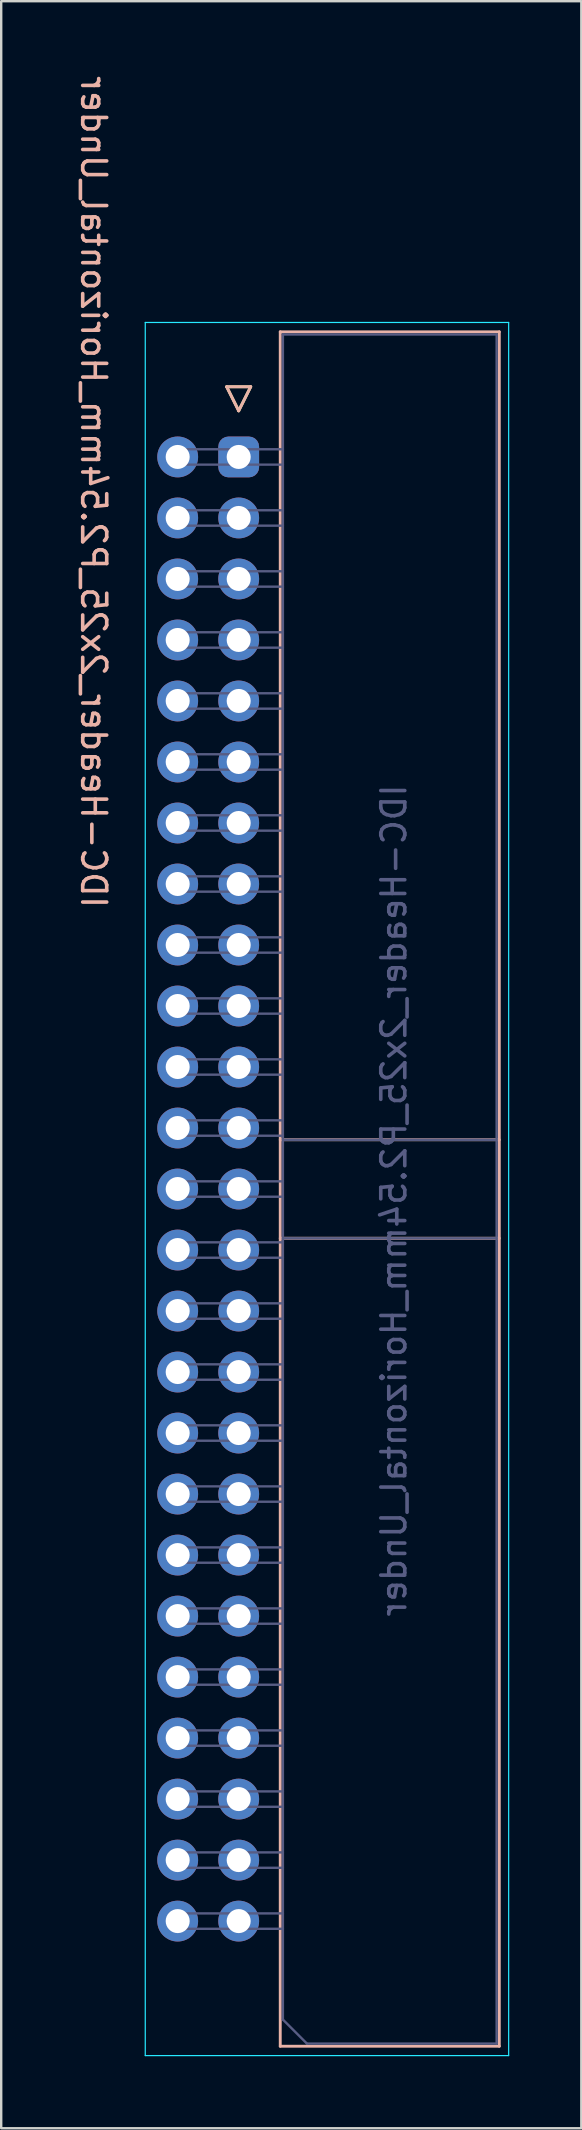
<source format=kicad_pcb>
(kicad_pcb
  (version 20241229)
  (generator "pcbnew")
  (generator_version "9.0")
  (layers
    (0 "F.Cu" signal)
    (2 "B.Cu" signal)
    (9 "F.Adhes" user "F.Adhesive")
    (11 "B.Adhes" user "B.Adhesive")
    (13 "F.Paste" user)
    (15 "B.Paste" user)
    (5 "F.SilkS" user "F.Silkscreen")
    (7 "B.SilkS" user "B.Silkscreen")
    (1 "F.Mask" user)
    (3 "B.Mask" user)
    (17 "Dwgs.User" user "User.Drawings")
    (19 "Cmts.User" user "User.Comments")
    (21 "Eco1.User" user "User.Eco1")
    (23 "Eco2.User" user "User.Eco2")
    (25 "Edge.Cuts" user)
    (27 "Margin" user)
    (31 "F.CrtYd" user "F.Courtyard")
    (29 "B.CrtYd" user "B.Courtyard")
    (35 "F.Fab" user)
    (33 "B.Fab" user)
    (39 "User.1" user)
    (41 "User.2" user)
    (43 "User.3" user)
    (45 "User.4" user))
  (footprint "IDC-Header_2x25_P2.54mm_Horizontal_Under"
    (layer "F.Cu")
    (at 4.348 13.435)
    (property "Reference" "IDC-Header_2x25_P2.54mm_Horizontal_Under" (at -3.5 4 270) (unlocked yes) (layer "B.SilkS") (effects (font (size 1 1) (thickness 0.15)) (justify mirror)))
    (attr through_hole)
    (fp_line (start 2.04 -0.382) (end 3.04 -0.382) (stroke (width 0.12) (type solid)) (layer "F.SilkS"))
    (fp_line (start 2.54 0.619) (end 2.04 -0.382) (stroke (width 0.12) (type solid)) (layer "F.SilkS"))
    (fp_line (start 3.04 -0.382) (end 2.54 0.619) (stroke (width 0.12) (type solid)) (layer "F.SilkS"))
    (fp_line (start 2.04 -0.382) (end 3.04 -0.382) (stroke (width 0.12) (type solid)) (layer "B.SilkS"))
    (fp_line (start 2.54 0.619) (end 2.04 -0.382) (stroke (width 0.12) (type solid)) (layer "B.SilkS"))
    (fp_line (start 3.04 -0.382) (end 2.54 0.619) (stroke (width 0.12) (type solid)) (layer "B.SilkS"))
    (fp_line (start 4.27 -2.67) (end 4.27 68.71) (stroke (width 0.12) (type solid)) (layer "B.SilkS"))
    (fp_line (start 4.27 30.97) (end 13.39 30.97) (stroke (width 0.12) (type solid)) (layer "B.SilkS"))
    (fp_line (start 4.27 35.07) (end 13.39 35.07) (stroke (width 0.12) (type solid)) (layer "B.SilkS"))
    (fp_line (start 4.27 68.71) (end 13.39 68.71) (stroke (width 0.12) (type solid)) (layer "B.SilkS"))
    (fp_line (start 13.39 -2.67) (end 4.27 -2.67) (stroke (width 0.12) (type solid)) (layer "B.SilkS"))
    (fp_line (start 13.39 68.71) (end 13.39 -2.67) (stroke (width 0.12) (type solid)) (layer "B.SilkS"))
    (fp_line (start -1.35 -3.06) (end 13.78 -3.06) (stroke (width 0.05) (type solid)) (layer "B.CrtYd"))
    (fp_line (start -1.35 69.1) (end -1.35 -3.06) (stroke (width 0.05) (type solid)) (layer "B.CrtYd"))
    (fp_line (start 13.78 -3.06) (end 13.78 69.1) (stroke (width 0.05) (type solid)) (layer "B.CrtYd"))
    (fp_line (start 13.78 69.1) (end -1.35 69.1) (stroke (width 0.05) (type solid)) (layer "B.CrtYd"))
    (fp_line (start -0.32 2.22) (end 4.38 2.22) (stroke (width 0.1) (type solid)) (layer "B.Fab"))
    (fp_line (start -0.32 2.86) (end -0.32 2.22) (stroke (width 0.1) (type solid)) (layer "B.Fab"))
    (fp_line (start -0.32 4.76) (end 4.38 4.76) (stroke (width 0.1) (type solid)) (layer "B.Fab"))
    (fp_line (start -0.32 5.4) (end -0.32 4.76) (stroke (width 0.1) (type solid)) (layer "B.Fab"))
    (fp_line (start -0.32 7.3) (end 4.38 7.3) (stroke (width 0.1) (type solid)) (layer "B.Fab"))
    (fp_line (start -0.32 7.94) (end -0.32 7.3) (stroke (width 0.1) (type solid)) (layer "B.Fab"))
    (fp_line (start -0.32 9.84) (end 4.38 9.84) (stroke (width 0.1) (type solid)) (layer "B.Fab"))
    (fp_line (start -0.32 10.48) (end -0.32 9.84) (stroke (width 0.1) (type solid)) (layer "B.Fab"))
    (fp_line (start -0.32 12.38) (end 4.38 12.38) (stroke (width 0.1) (type solid)) (layer "B.Fab"))
    (fp_line (start -0.32 13.02) (end -0.32 12.38) (stroke (width 0.1) (type solid)) (layer "B.Fab"))
    (fp_line (start -0.32 14.92) (end 4.38 14.92) (stroke (width 0.1) (type solid)) (layer "B.Fab"))
    (fp_line (start -0.32 15.56) (end -0.32 14.92) (stroke (width 0.1) (type solid)) (layer "B.Fab"))
    (fp_line (start -0.32 17.46) (end 4.38 17.46) (stroke (width 0.1) (type solid)) (layer "B.Fab"))
    (fp_line (start -0.32 18.1) (end -0.32 17.46) (stroke (width 0.1) (type solid)) (layer "B.Fab"))
    (fp_line (start -0.32 20) (end 4.38 20) (stroke (width 0.1) (type solid)) (layer "B.Fab"))
    (fp_line (start -0.32 20.64) (end -0.32 20) (stroke (width 0.1) (type solid)) (layer "B.Fab"))
    (fp_line (start -0.32 22.54) (end 4.38 22.54) (stroke (width 0.1) (type solid)) (layer "B.Fab"))
    (fp_line (start -0.32 23.18) (end -0.32 22.54) (stroke (width 0.1) (type solid)) (layer "B.Fab"))
    (fp_line (start -0.32 25.08) (end 4.38 25.08) (stroke (width 0.1) (type solid)) (layer "B.Fab"))
    (fp_line (start -0.32 25.72) (end -0.32 25.08) (stroke (width 0.1) (type solid)) (layer "B.Fab"))
    (fp_line (start -0.32 27.62) (end 4.38 27.62) (stroke (width 0.1) (type solid)) (layer "B.Fab"))
    (fp_line (start -0.32 28.26) (end -0.32 27.62) (stroke (width 0.1) (type solid)) (layer "B.Fab"))
    (fp_line (start -0.32 30.16) (end 4.38 30.16) (stroke (width 0.1) (type solid)) (layer "B.Fab"))
    (fp_line (start -0.32 30.8) (end -0.32 30.16) (stroke (width 0.1) (type solid)) (layer "B.Fab"))
    (fp_line (start -0.32 32.7) (end 4.38 32.7) (stroke (width 0.1) (type solid)) (layer "B.Fab"))
    (fp_line (start -0.32 33.34) (end -0.32 32.7) (stroke (width 0.1) (type solid)) (layer "B.Fab"))
    (fp_line (start -0.32 35.24) (end 4.38 35.24) (stroke (width 0.1) (type solid)) (layer "B.Fab"))
    (fp_line (start -0.32 35.88) (end -0.32 35.24) (stroke (width 0.1) (type solid)) (layer "B.Fab"))
    (fp_line (start -0.32 37.78) (end 4.38 37.78) (stroke (width 0.1) (type solid)) (layer "B.Fab"))
    (fp_line (start -0.32 38.42) (end -0.32 37.78) (stroke (width 0.1) (type solid)) (layer "B.Fab"))
    (fp_line (start -0.32 40.32) (end 4.38 40.32) (stroke (width 0.1) (type solid)) (layer "B.Fab"))
    (fp_line (start -0.32 40.96) (end -0.32 40.32) (stroke (width 0.1) (type solid)) (layer "B.Fab"))
    (fp_line (start -0.32 42.86) (end 4.38 42.86) (stroke (width 0.1) (type solid)) (layer "B.Fab"))
    (fp_line (start -0.32 43.5) (end -0.32 42.86) (stroke (width 0.1) (type solid)) (layer "B.Fab"))
    (fp_line (start -0.32 45.4) (end 4.38 45.4) (stroke (width 0.1) (type solid)) (layer "B.Fab"))
    (fp_line (start -0.32 46.04) (end -0.32 45.4) (stroke (width 0.1) (type solid)) (layer "B.Fab"))
    (fp_line (start -0.32 47.94) (end 4.38 47.94) (stroke (width 0.1) (type solid)) (layer "B.Fab"))
    (fp_line (start -0.32 48.58) (end -0.32 47.94) (stroke (width 0.1) (type solid)) (layer "B.Fab"))
    (fp_line (start -0.32 50.48) (end 4.38 50.48) (stroke (width 0.1) (type solid)) (layer "B.Fab"))
    (fp_line (start -0.32 51.12) (end -0.32 50.48) (stroke (width 0.1) (type solid)) (layer "B.Fab"))
    (fp_line (start -0.32 53.02) (end 4.38 53.02) (stroke (width 0.1) (type solid)) (layer "B.Fab"))
    (fp_line (start -0.32 53.66) (end -0.32 53.02) (stroke (width 0.1) (type solid)) (layer "B.Fab"))
    (fp_line (start -0.32 55.56) (end 4.38 55.56) (stroke (width 0.1) (type solid)) (layer "B.Fab"))
    (fp_line (start -0.32 56.2) (end -0.32 55.56) (stroke (width 0.1) (type solid)) (layer "B.Fab"))
    (fp_line (start -0.32 58.1) (end 4.38 58.1) (stroke (width 0.1) (type solid)) (layer "B.Fab"))
    (fp_line (start -0.32 58.74) (end -0.32 58.1) (stroke (width 0.1) (type solid)) (layer "B.Fab"))
    (fp_line (start -0.32 60.64) (end 4.38 60.64) (stroke (width 0.1) (type solid)) (layer "B.Fab"))
    (fp_line (start -0.32 61.28) (end -0.32 60.64) (stroke (width 0.1) (type solid)) (layer "B.Fab"))
    (fp_line (start -0.32 63.18) (end 4.38 63.18) (stroke (width 0.1) (type solid)) (layer "B.Fab"))
    (fp_line (start -0.32 63.82) (end -0.32 63.18) (stroke (width 0.1) (type solid)) (layer "B.Fab"))
    (fp_line (start 4.38 -2.56) (end 4.38 67.6) (stroke (width 0.1) (type solid)) (layer "B.Fab"))
    (fp_line (start 4.38 2.86) (end -0.32 2.86) (stroke (width 0.1) (type solid)) (layer "B.Fab"))
    (fp_line (start 4.38 5.4) (end -0.32 5.4) (stroke (width 0.1) (type solid)) (layer "B.Fab"))
    (fp_line (start 4.38 7.94) (end -0.32 7.94) (stroke (width 0.1) (type solid)) (layer "B.Fab"))
    (fp_line (start 4.38 10.48) (end -0.32 10.48) (stroke (width 0.1) (type solid)) (layer "B.Fab"))
    (fp_line (start 4.38 13.02) (end -0.32 13.02) (stroke (width 0.1) (type solid)) (layer "B.Fab"))
    (fp_line (start 4.38 15.56) (end -0.32 15.56) (stroke (width 0.1) (type solid)) (layer "B.Fab"))
    (fp_line (start 4.38 18.1) (end -0.32 18.1) (stroke (width 0.1) (type solid)) (layer "B.Fab"))
    (fp_line (start 4.38 20.64) (end -0.32 20.64) (stroke (width 0.1) (type solid)) (layer "B.Fab"))
    (fp_line (start 4.38 23.18) (end -0.32 23.18) (stroke (width 0.1) (type solid)) (layer "B.Fab"))
    (fp_line (start 4.38 25.72) (end -0.32 25.72) (stroke (width 0.1) (type solid)) (layer "B.Fab"))
    (fp_line (start 4.38 28.26) (end -0.32 28.26) (stroke (width 0.1) (type solid)) (layer "B.Fab"))
    (fp_line (start 4.38 30.8) (end -0.32 30.8) (stroke (width 0.1) (type solid)) (layer "B.Fab"))
    (fp_line (start 4.38 30.97) (end 13.28 30.97) (stroke (width 0.1) (type solid)) (layer "B.Fab"))
    (fp_line (start 4.38 33.34) (end -0.32 33.34) (stroke (width 0.1) (type solid)) (layer "B.Fab"))
    (fp_line (start 4.38 35.07) (end 13.28 35.07) (stroke (width 0.1) (type solid)) (layer "B.Fab"))
    (fp_line (start 4.38 35.88) (end -0.32 35.88) (stroke (width 0.1) (type solid)) (layer "B.Fab"))
    (fp_line (start 4.38 38.42) (end -0.32 38.42) (stroke (width 0.1) (type solid)) (layer "B.Fab"))
    (fp_line (start 4.38 40.96) (end -0.32 40.96) (stroke (width 0.1) (type solid)) (layer "B.Fab"))
    (fp_line (start 4.38 43.5) (end -0.32 43.5) (stroke (width 0.1) (type solid)) (layer "B.Fab"))
    (fp_line (start 4.38 46.04) (end -0.32 46.04) (stroke (width 0.1) (type solid)) (layer "B.Fab"))
    (fp_line (start 4.38 48.58) (end -0.32 48.58) (stroke (width 0.1) (type solid)) (layer "B.Fab"))
    (fp_line (start 4.38 51.12) (end -0.32 51.12) (stroke (width 0.1) (type solid)) (layer "B.Fab"))
    (fp_line (start 4.38 53.66) (end -0.32 53.66) (stroke (width 0.1) (type solid)) (layer "B.Fab"))
    (fp_line (start 4.38 56.2) (end -0.32 56.2) (stroke (width 0.1) (type solid)) (layer "B.Fab"))
    (fp_line (start 4.38 58.74) (end -0.32 58.74) (stroke (width 0.1) (type solid)) (layer "B.Fab"))
    (fp_line (start 4.38 61.28) (end -0.32 61.28) (stroke (width 0.1) (type solid)) (layer "B.Fab"))
    (fp_line (start 4.38 63.82) (end -0.32 63.82) (stroke (width 0.1) (type solid)) (layer "B.Fab"))
    (fp_line (start 4.38 67.6) (end 5.38 68.6) (stroke (width 0.1) (type solid)) (layer "B.Fab"))
    (fp_line (start 5.38 68.6) (end 13.28 68.6) (stroke (width 0.1) (type solid)) (layer "B.Fab"))
    (fp_line (start 13.28 -2.56) (end 4.38 -2.56) (stroke (width 0.1) (type solid)) (layer "B.Fab"))
    (fp_line (start 13.28 68.6) (end 13.28 -2.56) (stroke (width 0.1) (type solid)) (layer "B.Fab"))
    (fp_text user "${REFERENCE}" (at 9 33.5 270) (layer "B.Fab") (effects (font (size 1 1) (thickness 0.15)) (justify mirror)))
    (pad "1" thru_hole roundrect (at 2.54 2.54) (size 1.7 1.7) (drill 1) (layers "*.Cu" "*.Mask") (roundrect_rratio 0.25))
    (pad "2" thru_hole circle (at 0 2.54) (size 1.7 1.7) (drill 1) (layers "*.Cu" "*.Mask"))
    (pad "3" thru_hole circle (at 2.54 5.08) (size 1.7 1.7) (drill 1) (layers "*.Cu" "*.Mask"))
    (pad "4" thru_hole circle (at 0 5.08) (size 1.7 1.7) (drill 1) (layers "*.Cu" "*.Mask"))
    (pad "5" thru_hole circle (at 2.54 7.62) (size 1.7 1.7) (drill 1) (layers "*.Cu" "*.Mask"))
    (pad "6" thru_hole circle (at 0 7.62) (size 1.7 1.7) (drill 1) (layers "*.Cu" "*.Mask"))
    (pad "7" thru_hole circle (at 2.54 10.16) (size 1.7 1.7) (drill 1) (layers "*.Cu" "*.Mask"))
    (pad "8" thru_hole circle (at 0 10.16) (size 1.7 1.7) (drill 1) (layers "*.Cu" "*.Mask"))
    (pad "9" thru_hole circle (at 2.54 12.7) (size 1.7 1.7) (drill 1) (layers "*.Cu" "*.Mask"))
    (pad "10" thru_hole circle (at 0 12.7) (size 1.7 1.7) (drill 1) (layers "*.Cu" "*.Mask"))
    (pad "11" thru_hole circle (at 2.54 15.24) (size 1.7 1.7) (drill 1) (layers "*.Cu" "*.Mask"))
    (pad "12" thru_hole circle (at 0 15.24) (size 1.7 1.7) (drill 1) (layers "*.Cu" "*.Mask"))
    (pad "13" thru_hole circle (at 2.54 17.78) (size 1.7 1.7) (drill 1) (layers "*.Cu" "*.Mask"))
    (pad "14" thru_hole circle (at 0 17.78) (size 1.7 1.7) (drill 1) (layers "*.Cu" "*.Mask"))
    (pad "15" thru_hole circle (at 2.54 20.32) (size 1.7 1.7) (drill 1) (layers "*.Cu" "*.Mask"))
    (pad "16" thru_hole circle (at 0 20.32) (size 1.7 1.7) (drill 1) (layers "*.Cu" "*.Mask"))
    (pad "17" thru_hole circle (at 2.54 22.86) (size 1.7 1.7) (drill 1) (layers "*.Cu" "*.Mask"))
    (pad "18" thru_hole circle (at 0 22.86) (size 1.7 1.7) (drill 1) (layers "*.Cu" "*.Mask"))
    (pad "19" thru_hole circle (at 2.54 25.4) (size 1.7 1.7) (drill 1) (layers "*.Cu" "*.Mask"))
    (pad "20" thru_hole circle (at 0 25.4) (size 1.7 1.7) (drill 1) (layers "*.Cu" "*.Mask"))
    (pad "21" thru_hole circle (at 2.54 27.94) (size 1.7 1.7) (drill 1) (layers "*.Cu" "*.Mask"))
    (pad "22" thru_hole circle (at 0 27.94) (size 1.7 1.7) (drill 1) (layers "*.Cu" "*.Mask"))
    (pad "23" thru_hole circle (at 2.54 30.48) (size 1.7 1.7) (drill 1) (layers "*.Cu" "*.Mask"))
    (pad "24" thru_hole circle (at 0 30.48) (size 1.7 1.7) (drill 1) (layers "*.Cu" "*.Mask"))
    (pad "25" thru_hole circle (at 2.54 33.02) (size 1.7 1.7) (drill 1) (layers "*.Cu" "*.Mask"))
    (pad "26" thru_hole circle (at 0 33.02) (size 1.7 1.7) (drill 1) (layers "*.Cu" "*.Mask"))
    (pad "27" thru_hole circle (at 2.54 35.56) (size 1.7 1.7) (drill 1) (layers "*.Cu" "*.Mask"))
    (pad "28" thru_hole circle (at 0 35.56) (size 1.7 1.7) (drill 1) (layers "*.Cu" "*.Mask"))
    (pad "29" thru_hole circle (at 2.54 38.1) (size 1.7 1.7) (drill 1) (layers "*.Cu" "*.Mask"))
    (pad "30" thru_hole circle (at 0 38.1) (size 1.7 1.7) (drill 1) (layers "*.Cu" "*.Mask"))
    (pad "31" thru_hole circle (at 2.54 40.64) (size 1.7 1.7) (drill 1) (layers "*.Cu" "*.Mask"))
    (pad "32" thru_hole circle (at 0 40.64) (size 1.7 1.7) (drill 1) (layers "*.Cu" "*.Mask"))
    (pad "33" thru_hole circle (at 2.54 43.18) (size 1.7 1.7) (drill 1) (layers "*.Cu" "*.Mask"))
    (pad "34" thru_hole circle (at 0 43.18) (size 1.7 1.7) (drill 1) (layers "*.Cu" "*.Mask"))
    (pad "35" thru_hole circle (at 2.54 45.72) (size 1.7 1.7) (drill 1) (layers "*.Cu" "*.Mask"))
    (pad "36" thru_hole circle (at 0 45.72) (size 1.7 1.7) (drill 1) (layers "*.Cu" "*.Mask"))
    (pad "37" thru_hole circle (at 2.54 48.26) (size 1.7 1.7) (drill 1) (layers "*.Cu" "*.Mask"))
    (pad "38" thru_hole circle (at 0 48.26) (size 1.7 1.7) (drill 1) (layers "*.Cu" "*.Mask"))
    (pad "39" thru_hole circle (at 2.54 50.8) (size 1.7 1.7) (drill 1) (layers "*.Cu" "*.Mask"))
    (pad "40" thru_hole circle (at 0 50.8) (size 1.7 1.7) (drill 1) (layers "*.Cu" "*.Mask"))
    (pad "41" thru_hole circle (at 2.54 53.34) (size 1.7 1.7) (drill 1) (layers "*.Cu" "*.Mask"))
    (pad "42" thru_hole circle (at 0 53.34) (size 1.7 1.7) (drill 1) (layers "*.Cu" "*.Mask"))
    (pad "43" thru_hole circle (at 2.54 55.88) (size 1.7 1.7) (drill 1) (layers "*.Cu" "*.Mask"))
    (pad "44" thru_hole circle (at 0 55.88) (size 1.7 1.7) (drill 1) (layers "*.Cu" "*.Mask"))
    (pad "45" thru_hole circle (at 2.54 58.42) (size 1.7 1.7) (drill 1) (layers "*.Cu" "*.Mask"))
    (pad "46" thru_hole circle (at 0 58.42) (size 1.7 1.7) (drill 1) (layers "*.Cu" "*.Mask"))
    (pad "47" thru_hole circle (at 2.54 60.96) (size 1.7 1.7) (drill 1) (layers "*.Cu" "*.Mask"))
    (pad "48" thru_hole circle (at 0 60.96) (size 1.7 1.7) (drill 1) (layers "*.Cu" "*.Mask"))
    (pad "49" thru_hole circle (at 2.54 63.5) (size 1.7 1.7) (drill 1) (layers "*.Cu" "*.Mask"))
    (pad "50" thru_hole circle (at 0 63.5) (size 1.7 1.7) (drill 1) (layers "*.Cu" "*.Mask")))
  (gr_rect
    (start -3 -3)
    (end 21.153 85.56)
    (stroke (width 0.1) (type default))
    (fill no)
    (layer "Edge.Cuts")))
</source>
